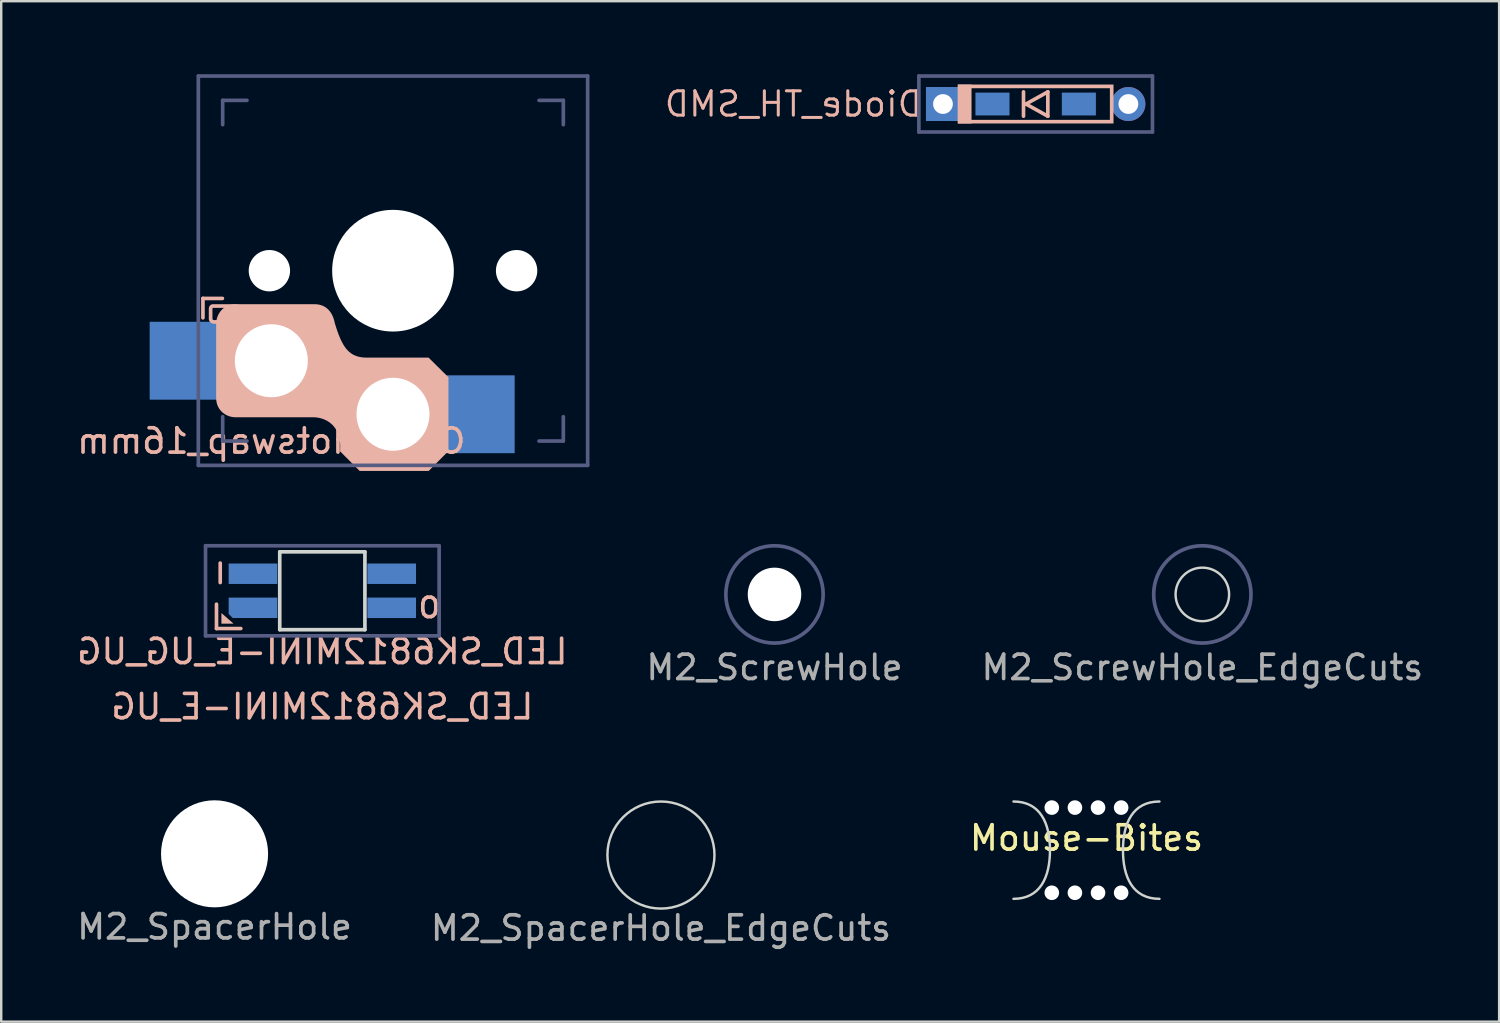
<source format=kicad_pcb>
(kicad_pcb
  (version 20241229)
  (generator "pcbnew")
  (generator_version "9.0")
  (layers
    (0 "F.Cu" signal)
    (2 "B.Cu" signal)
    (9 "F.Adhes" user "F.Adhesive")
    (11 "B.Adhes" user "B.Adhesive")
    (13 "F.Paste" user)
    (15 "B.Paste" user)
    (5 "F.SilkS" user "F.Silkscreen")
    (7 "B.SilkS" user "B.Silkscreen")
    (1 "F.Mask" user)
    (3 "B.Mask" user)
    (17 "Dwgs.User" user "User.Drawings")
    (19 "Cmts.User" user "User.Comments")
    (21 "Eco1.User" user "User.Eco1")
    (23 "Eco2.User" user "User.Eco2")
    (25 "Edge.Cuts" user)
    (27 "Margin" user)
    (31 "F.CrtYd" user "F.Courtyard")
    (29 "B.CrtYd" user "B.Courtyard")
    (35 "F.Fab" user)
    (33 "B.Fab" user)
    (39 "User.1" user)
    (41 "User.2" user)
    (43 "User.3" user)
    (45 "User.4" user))
  (footprint "Diode_TH_SMD"
    (layer "F.Cu")
    (at 39.513 1.225)
    (property "Reference" "Diode_TH_SMD" (at -4.591 0 0) (unlocked yes) (layer "B.SilkS") (effects (font (size 1 1) (thickness 0.125)) (justify left mirror)))
    (attr through_hole)
    (fp_line (start -0.5 -0.5) (end -0.5 0.5) (stroke (width 0.15) (type solid)) (layer "B.SilkS"))
    (fp_line (start -0.4 0) (end 0.5 -0.5) (stroke (width 0.15) (type solid)) (layer "B.SilkS"))
    (fp_line (start 0.5 -0.5) (end 0.5 0.5) (stroke (width 0.15) (type solid)) (layer "B.SilkS"))
    (fp_line (start 0.5 0.5) (end -0.4 0) (stroke (width 0.15) (type solid)) (layer "B.SilkS"))
    (fp_poly (pts (xy -2.636 0.801) (xy -3.198 0.801) (xy -3.198 -0.8) (xy -2.636 -0.8)) (stroke (width -0.000001) (type solid)) (fill yes) (layer "B.SilkS"))
    (fp_poly (pts (xy 3.199 0.8) (xy -3.201 0.8) (xy -3.201 0.651) (xy -3.053 0.651) (xy 3.05 0.651) (xy 3.05 -0.649) (xy -3.053 -0.649) (xy -3.053 0.651) (xy -3.201 0.651) (xy -3.201 -0.801) (xy 3.199 -0.801)) (stroke (width -0.000001) (type solid)) (fill yes) (layer "B.SilkS"))
    (fp_line (start -4.8 -1.15) (end -4.8 1.15) (stroke (width 0.15) (type solid)) (layer "B.Fab"))
    (fp_line (start 4.8 -1.15) (end -4.8 -1.15) (stroke (width 0.15) (type solid)) (layer "B.Fab"))
    (fp_line (start 4.8 -1.15) (end 4.8 1.15) (stroke (width 0.15) (type solid)) (layer "B.Fab"))
    (fp_line (start 4.8 1.15) (end -4.8 1.15) (stroke (width 0.15) (type solid)) (layer "B.Fab"))
    (pad "1" thru_hole rect (at -3.81 0) (size 1.397 1.397) (drill 0.813) (layers "*.Cu" "*.Mask"))
    (pad "1" smd rect (at -1.775 0) (size 1.4 0.94) (layers "B.Cu" "B.Mask" "B.Paste"))
    (pad "2" smd rect (at 1.775 0) (size 1.4 0.94) (layers "B.Cu" "B.Mask" "B.Paste"))
    (pad "2" thru_hole circle (at 3.81 0) (size 1.397 1.397) (drill 0.813) (layers "*.Cu" "*.Mask")))
  (footprint "Mouse-Bites"
    (layer "F.Cu")
    (at 41.601 31.89)
    (property "Reference" "Mouse-Bites" (at 0 -0.5 0) (unlocked yes) (layer "F.SilkS") (effects (font (size 1 1) (thickness 0.15))))
    (attr through_hole)
    (fp_curve (pts (xy -3 2) (xy -1.896 2) (xy -1.5 1.104) (xy -1.5 0)) (stroke (width 0.1) (type default)) (layer "Edge.Cuts"))
    (fp_curve (pts (xy -1.5 0) (xy -1.5 -1.104) (xy -1.896 -2) (xy -3 -2)) (stroke (width 0.1) (type default)) (layer "Edge.Cuts"))
    (fp_curve (pts (xy 1.5 0) (xy 1.5 1.104) (xy 1.896 2) (xy 3 2)) (stroke (width 0.1) (type default)) (layer "Edge.Cuts"))
    (fp_curve (pts (xy 3 -2) (xy 1.896 -2) (xy 1.5 -1.104) (xy 1.5 0)) (stroke (width 0.1) (type default)) (layer "Edge.Cuts"))
    (pad "" np_thru_hole circle (at -1.425 -1.75) (size 0.6 0.6) (drill 0.6) (layers "*.Cu" "*.Mask"))
    (pad "" np_thru_hole circle (at -1.425 1.75) (size 0.6 0.6) (drill 0.6) (layers "*.Cu" "*.Mask"))
    (pad "" np_thru_hole circle (at -0.475 -1.75) (size 0.6 0.6) (drill 0.6) (layers "*.Cu" "*.Mask"))
    (pad "" np_thru_hole circle (at -0.475 1.75) (size 0.6 0.6) (drill 0.6) (layers "*.Cu" "*.Mask"))
    (pad "" np_thru_hole circle (at 0.475 -1.75) (size 0.6 0.6) (drill 0.6) (layers "*.Cu" "*.Mask"))
    (pad "" np_thru_hole circle (at 0.475 1.75) (size 0.6 0.6) (drill 0.6) (layers "*.Cu" "*.Mask"))
    (pad "" np_thru_hole circle (at 1.425 -1.75) (size 0.6 0.6) (drill 0.6) (layers "*.Cu" "*.Mask"))
    (pad "" np_thru_hole circle (at 1.425 1.75) (size 0.6 0.6) (drill 0.6) (layers "*.Cu" "*.Mask")))
  (footprint "Choc_Hotswap_16mm"
    (layer "F.Cu")
    (at 13.101 8.075)
    (property "Reference" "Choc_Hotswap_16mm" (at -5 7 0) (unlocked yes) (layer "B.SilkS") (effects (font (size 1 1) (thickness 0.15)) (justify mirror)))
    (attr through_hole)
    (fp_line (start -7.811 1.139) (end -7.011 1.139) (stroke (width 0.15) (type solid)) (layer "B.SilkS"))
    (fp_line (start -7.811 1.939) (end -7.811 1.139) (stroke (width 0.15) (type solid)) (layer "B.SilkS"))
    (fp_poly (pts (xy -3.156 1.379) (xy -3.093 1.386) (xy -3.03 1.396) (xy -2.968 1.413) (xy -2.936 1.423) (xy -2.905 1.434) (xy -2.875 1.447) (xy -2.844 1.462) (xy -2.814 1.478) (xy -2.784 1.496) (xy -2.755 1.516) (xy -2.726 1.537) (xy -2.698 1.561) (xy -2.671 1.586) (xy -2.644 1.613) (xy -2.618 1.642) (xy -2.593 1.673) (xy -2.569 1.707) (xy -2.546 1.742) (xy -2.523 1.78) (xy -2.502 1.82) (xy -2.482 1.862) (xy -2.463 1.907) (xy -2.445 1.954) (xy -2.429 2.004) (xy -2.414 2.056) (xy -2.4 2.111) (xy -2.388 2.168) (xy -2.334 2.34) (xy -2.28 2.5) (xy -2.225 2.649) (xy -2.168 2.787) (xy -2.108 2.913) (xy -2.046 3.028) (xy -1.979 3.132) (xy -1.908 3.225) (xy -1.87 3.267) (xy -1.831 3.307) (xy -1.79 3.343) (xy -1.747 3.377) (xy -1.703 3.409) (xy -1.657 3.437) (xy -1.609 3.463) (xy -1.558 3.486) (xy -1.506 3.506) (xy -1.452 3.524) (xy -1.395 3.539) (xy -1.335 3.551) (xy -1.274 3.56) (xy -1.209 3.567) (xy -1.072 3.572) (xy 1.462 3.572) (xy 2.279 4.38) (xy 2.279 7.411) (xy 1.467 8.229) (xy -1.37 8.229) (xy -2.177 7.421) (xy -2.171 7.317) (xy -2.169 7.217) (xy -2.173 7.123) (xy -2.18 7.033) (xy -2.192 6.948) (xy -2.208 6.868) (xy -2.227 6.792) (xy -2.25 6.721) (xy -2.277 6.654) (xy -2.306 6.591) (xy -2.339 6.532) (xy -2.374 6.477) (xy -2.411 6.426) (xy -2.451 6.378) (xy -2.492 6.334) (xy -2.535 6.294) (xy -2.58 6.257) (xy -2.626 6.223) (xy -2.673 6.192) (xy -2.721 6.164) (xy -2.818 6.117) (xy -2.916 6.081) (xy -3.012 6.054) (xy -3.105 6.036) (xy -3.194 6.026) (xy -3.275 6.023) (xy -6.483 6.023) (xy -6.546 6.02) (xy -6.611 6.011) (xy -6.678 5.997) (xy -6.745 5.976) (xy -6.811 5.949) (xy -6.844 5.934) (xy -6.876 5.916) (xy -6.908 5.897) (xy -6.939 5.877) (xy -6.969 5.855) (xy -6.999 5.831) (xy -7.027 5.806) (xy -7.055 5.779) (xy -7.081 5.75) (xy -7.106 5.72) (xy -7.13 5.688) (xy -7.152 5.654) (xy -7.173 5.619) (xy -7.191 5.582) (xy -7.209 5.543) (xy -7.224 5.502) (xy -7.237 5.46) (xy -7.248 5.416) (xy -7.256 5.37) (xy -7.263 5.322) (xy -7.267 5.273) (xy -7.268 5.221) (xy -7.268 2.18) (xy -7.265 2.11) (xy -7.255 2.039) (xy -7.239 1.968) (xy -7.217 1.898) (xy -7.188 1.83) (xy -7.172 1.796) (xy -7.154 1.763) (xy -7.134 1.731) (xy -7.113 1.7) (xy -7.091 1.669) (xy -7.066 1.64) (xy -7.041 1.612) (xy -7.014 1.584) (xy -6.985 1.558) (xy -6.955 1.534) (xy -6.924 1.511) (xy -6.891 1.489) (xy -6.856 1.469) (xy -6.821 1.451) (xy -6.783 1.434) (xy -6.745 1.42) (xy -6.705 1.407) (xy -6.663 1.397) (xy -6.62 1.388) (xy -6.576 1.382) (xy -6.53 1.379) (xy -6.483 1.377) (xy -3.217 1.377)) (stroke (width -0.000001) (type solid)) (fill yes) (layer "B.SilkS"))
    (fp_poly (pts (xy -6.266 1.379) (xy -6.311 1.382) (xy -6.355 1.388) (xy -6.398 1.397) (xy -6.439 1.407) (xy -6.479 1.42) (xy -6.518 1.434) (xy -6.555 1.451) (xy -6.591 1.469) (xy -6.625 1.489) (xy -6.658 1.511) (xy -6.69 1.534) (xy -6.72 1.558) (xy -6.748 1.584) (xy -6.775 1.612) (xy -6.801 1.64) (xy -6.825 1.669) (xy -6.848 1.7) (xy -6.869 1.731) (xy -6.889 1.763) (xy -6.907 1.796) (xy -6.924 1.83) (xy -6.939 1.864) (xy -6.952 1.898) (xy -6.964 1.933) (xy -6.974 1.968) (xy -6.991 2.039) (xy -6.996 2.075) (xy -7 2.11) (xy -7.003 2.145) (xy -7.003 2.18) (xy -7.374 2.18) (xy -7.383 2.179) (xy -7.391 2.179) (xy -7.399 2.177) (xy -7.407 2.176) (xy -7.416 2.174) (xy -7.424 2.171) (xy -7.433 2.168) (xy -7.441 2.164) (xy -7.449 2.16) (xy -7.458 2.156) (xy -7.474 2.146) (xy -7.489 2.135) (xy -7.497 2.129) (xy -7.504 2.123) (xy -7.511 2.116) (xy -7.518 2.109) (xy -7.524 2.101) (xy -7.531 2.094) (xy -7.536 2.086) (xy -7.542 2.078) (xy -7.547 2.069) (xy -7.551 2.061) (xy -7.556 2.052) (xy -7.559 2.043) (xy -7.562 2.033) (xy -7.565 2.024) (xy -7.567 2.014) (xy -7.569 2.005) (xy -7.57 1.995) (xy -7.57 1.985) (xy -7.57 1.571) (xy -7.42 1.571) (xy -7.42 1.985) (xy -7.42 1.986) (xy -7.419 1.987) (xy -7.419 1.988) (xy -7.419 1.989) (xy -7.419 1.99) (xy -7.419 1.991) (xy -7.418 1.992) (xy -7.418 1.993) (xy -7.417 1.993) (xy -7.417 1.994) (xy -7.416 1.996) (xy -7.415 1.998) (xy -7.414 2) (xy -7.412 2.001) (xy -7.411 2.003) (xy -7.409 2.005) (xy -7.408 2.006) (xy -7.402 2.012) (xy -7.398 2.015) (xy -7.395 2.018) (xy -7.392 2.021) (xy -7.39 2.022) (xy -7.388 2.024) (xy -7.387 2.025) (xy -7.385 2.026) (xy -7.383 2.027) (xy -7.382 2.027) (xy -7.382 2.028) (xy -7.381 2.028) (xy -7.38 2.028) (xy -7.379 2.028) (xy -7.378 2.029) (xy -7.377 2.029) (xy -7.376 2.029) (xy -7.375 2.029) (xy -7.374 2.029) (xy -7.258 2.029) (xy -7.178 2.029) (xy -7.141 2.03) (xy -7.135 1.996) (xy -7.128 1.963) (xy -7.119 1.929) (xy -7.109 1.896) (xy -7.099 1.863) (xy -7.086 1.83) (xy -7.073 1.798) (xy -7.059 1.765) (xy -7.043 1.734) (xy -7.027 1.702) (xy -7.009 1.671) (xy -6.99 1.641) (xy -6.97 1.612) (xy -6.949 1.583) (xy -6.927 1.554) (xy -6.903 1.527) (xy -7.399 1.527) (xy -7.401 1.527) (xy -7.403 1.527) (xy -7.404 1.528) (xy -7.405 1.528) (xy -7.407 1.528) (xy -7.408 1.529) (xy -7.409 1.53) (xy -7.41 1.531) (xy -7.411 1.532) (xy -7.412 1.533) (xy -7.413 1.534) (xy -7.414 1.535) (xy -7.414 1.536) (xy -7.415 1.538) (xy -7.416 1.539) (xy -7.416 1.541) (xy -7.417 1.542) (xy -7.417 1.544) (xy -7.417 1.545) (xy -7.418 1.547) (xy -7.418 1.549) (xy -7.418 1.551) (xy -7.419 1.555) (xy -7.419 1.558) (xy -7.419 1.562) (xy -7.42 1.566) (xy -7.42 1.571) (xy -7.57 1.571) (xy -7.57 1.559) (xy -7.569 1.549) (xy -7.568 1.538) (xy -7.566 1.528) (xy -7.564 1.518) (xy -7.562 1.508) (xy -7.559 1.499) (xy -7.556 1.49) (xy -7.553 1.481) (xy -7.549 1.473) (xy -7.545 1.465) (xy -7.54 1.457) (xy -7.536 1.449) (xy -7.531 1.442) (xy -7.525 1.436) (xy -7.519 1.429) (xy -7.514 1.423) (xy -7.507 1.417) (xy -7.501 1.412) (xy -7.494 1.407) (xy -7.487 1.402) (xy -7.48 1.398) (xy -7.473 1.394) (xy -7.465 1.391) (xy -7.458 1.388) (xy -7.45 1.385) (xy -7.442 1.383) (xy -7.433 1.381) (xy -7.425 1.379) (xy -7.417 1.378) (xy -7.408 1.378) (xy -7.399 1.377) (xy -6.219 1.377)) (stroke (width -0.000001) (type solid)) (fill yes) (layer "B.SilkS"))
    (fp_line (start -8 -8) (end 8 -8) (stroke (width 0.15) (type default)) (layer "B.Fab"))
    (fp_line (start -8 8) (end -8 -8) (stroke (width 0.15) (type default)) (layer "B.Fab"))
    (fp_line (start -7 -7) (end -6 -7) (stroke (width 0.15) (type solid)) (layer "B.Fab"))
    (fp_line (start -7 -6) (end -7 -7) (stroke (width 0.15) (type solid)) (layer "B.Fab"))
    (fp_line (start -7 6) (end -7 7) (stroke (width 0.15) (type solid)) (layer "B.Fab"))
    (fp_line (start -7 7) (end -6 7) (stroke (width 0.15) (type solid)) (layer "B.Fab"))
    (fp_line (start 6 7) (end 7 7) (stroke (width 0.15) (type solid)) (layer "B.Fab"))
    (fp_line (start 7 -7) (end 6 -7) (stroke (width 0.15) (type solid)) (layer "B.Fab"))
    (fp_line (start 7 -7) (end 7 -6) (stroke (width 0.15) (type solid)) (layer "B.Fab"))
    (fp_line (start 7 7) (end 7 6) (stroke (width 0.15) (type solid)) (layer "B.Fab"))
    (fp_line (start 8 -8) (end 8 8) (stroke (width 0.15) (type default)) (layer "B.Fab"))
    (fp_line (start 8 8) (end -8 8) (stroke (width 0.15) (type default)) (layer "B.Fab"))
    (pad "" np_thru_hole circle (at -5.08 0) (size 1.7 1.7) (drill 1.7) (layers "*.Cu" "*.Mask"))
    (pad "" np_thru_hole circle (at -5 3.7 90) (size 3 3) (drill 3) (layers "*.Cu" "*.Mask"))
    (pad "" np_thru_hole circle (at 0 0 90) (size 5 5) (drill 5) (layers "*.Cu"))
    (pad "" np_thru_hole circle (at 0 5.9 90) (size 3 3) (drill 3) (layers "*.Cu" "*.Mask"))
    (pad "" np_thru_hole circle (at 5.08 0) (size 1.7 1.7) (drill 1.7) (layers "*.Cu" "*.Mask"))
    (pad "1" smd rect (at -8.3 3.7 180) (size 3 3.2) (drill (offset 0.2 0)) (layers "B.Cu" "B.Mask" "B.Paste"))
    (pad "2" smd rect (at 3.3 5.9 180) (size 3 3.2) (drill (offset -0.2 0)) (layers "B.Cu" "B.Mask" "B.Paste")))
  (footprint "M2_SpacerHole"
    (layer "F.Cu")
    (at 5.768 32.04)
    (property "Reference" "M2_SpacerHole" (at 0 3 0) (layer "F.Fab") (effects (font (size 1 1) (thickness 0.15))))
    (attr exclude_from_pos_files exclude_from_bom)
    (pad "" np_thru_hole circle (at 0 0) (size 4.4 4.4) (drill 4.4) (layers "*.Cu" "*.Mask")))
  (footprint "LED_SK6812MINI-E_UG"
    (layer "F.Cu")
    (at 10.197 21.229)
    (property "Reference" "LED_SK6812MINI-E_UG" (at 0 4.763 0) (unlocked yes) (layer "B.SilkS") (effects (font (size 1 1) (thickness 0.15)) (justify mirror)))
    (attr through_hole)
    (fp_line (start -4.35 0.552) (end -4.35 1.552) (stroke (width 0.15) (type solid)) (layer "B.SilkS"))
    (fp_line (start -4.35 1.552) (end -3.35 1.552) (stroke (width 0.15) (type solid)) (layer "B.SilkS"))
    (fp_poly (pts (xy -3.648 1.353) (xy -4.148 1.353) (xy -4.148 0.915)) (stroke (width -0.000001) (type solid)) (fill yes) (layer "B.SilkS"))
    (fp_line (start -1.75 -1.6) (end -1.75 1.6) (stroke (width 0.15) (type solid)) (layer "Edge.Cuts"))
    (fp_line (start -1.75 1.6) (end 1.75 1.6) (stroke (width 0.15) (type solid)) (layer "Edge.Cuts"))
    (fp_line (start 1.75 -1.6) (end -1.75 -1.6) (stroke (width 0.15) (type solid)) (layer "Edge.Cuts"))
    (fp_line (start 1.75 1.6) (end 1.75 -1.6) (stroke (width 0.15) (type solid)) (layer "Edge.Cuts"))
    (fp_line (start -4.8 -1.85) (end -4.8 1.852) (stroke (width 0.15) (type solid)) (layer "B.Fab"))
    (fp_line (start 4.8 -1.85) (end -4.8 -1.85) (stroke (width 0.15) (type solid)) (layer "B.Fab"))
    (fp_line (start 4.8 -1.85) (end 4.8 1.852) (stroke (width 0.15) (type solid)) (layer "B.Fab"))
    (fp_line (start 4.8 1.852) (end -4.8 1.852) (stroke (width 0.15) (type solid)) (layer "B.Fab"))
    (fp_text user "I" (at -4.486 -0.7 0) (unlocked yes) (layer "B.SilkS") (effects (font (size 0.8 0.8) (thickness 0.15)) (justify right mirror)))
    (fp_text user "O" (at 4.914 0.7 0) (unlocked yes) (layer "B.SilkS") (effects (font (size 0.8 0.8) (thickness 0.15)) (justify left mirror)))
    (fp_text user "${REFERENCE}_UG" (at -0.000128 3.08 0) (unlocked yes) (layer "B.SilkS") (effects (font (size 1 1) (thickness 0.15)) (justify bottom mirror)))
    (pad "1" smd rect (at 2.85 -0.7) (size 2 0.84) (layers "B.Cu" "B.Mask" "B.Paste"))
    (pad "2" smd rect (at 2.85 0.7) (size 2 0.84) (layers "B.Cu" "B.Mask" "B.Paste"))
    (pad "3" smd roundrect (at -2.85 0.7) (size 2 0.84) (layers "B.Cu" "B.Mask" "B.Paste") (roundrect_rratio 0) (chamfer_ratio 0.2) (chamfer bottom_left))
    (pad "4" smd rect (at -2.85 -0.7) (size 2 0.84) (layers "B.Cu" "B.Mask" "B.Paste")))
  (footprint "M2_SpacerHole_EdgeCuts"
    (layer "F.Cu")
    (at 24.113 32.09)
    (property "Reference" "M2_SpacerHole_EdgeCuts" (at 0 3 0) (layer "F.Fab") (effects (font (size 1 1) (thickness 0.15))))
    (attr exclude_from_pos_files exclude_from_bom)
    (fp_circle (center 0 0) (end 2.2 0) (stroke (width 0.1) (type solid)) (fill no) (layer "Edge.Cuts")))
  (footprint "M2_ScrewHole"
    (layer "F.Cu")
    (at 28.78 21.379)
    (property "Reference" "M2_ScrewHole" (at 0 3 0) (layer "F.Fab") (effects (font (size 1 1) (thickness 0.15))))
    (attr exclude_from_pos_files exclude_from_bom)
    (fp_circle (center 0 0) (end 2 0) (stroke (width 0.15) (type solid)) (fill no) (layer "B.Fab"))
    (pad "" np_thru_hole circle (at 0 0) (size 2.2 2.2) (drill 2.2) (layers "*.Cu" "*.Mask")))
  (footprint "M2_ScrewHole_EdgeCuts"
    (layer "F.Cu")
    (at 46.363 21.379)
    (property "Reference" "M2_ScrewHole_EdgeCuts" (at 0 3 0) (layer "F.Fab") (effects (font (size 1 1) (thickness 0.15))))
    (attr exclude_from_pos_files exclude_from_bom)
    (fp_circle (center 0 0) (end 1.1 0) (stroke (width 0.1) (type solid)) (fill no) (layer "Edge.Cuts"))
    (fp_circle (center 0 0) (end 2 0) (stroke (width 0.15) (type solid)) (fill no) (layer "B.Fab")))
  (gr_rect
    (start -3 -3)
    (end 58.56 38.938)
    (stroke (width 0.1) (type default))
    (fill no)
    (layer "Edge.Cuts")))
</source>
